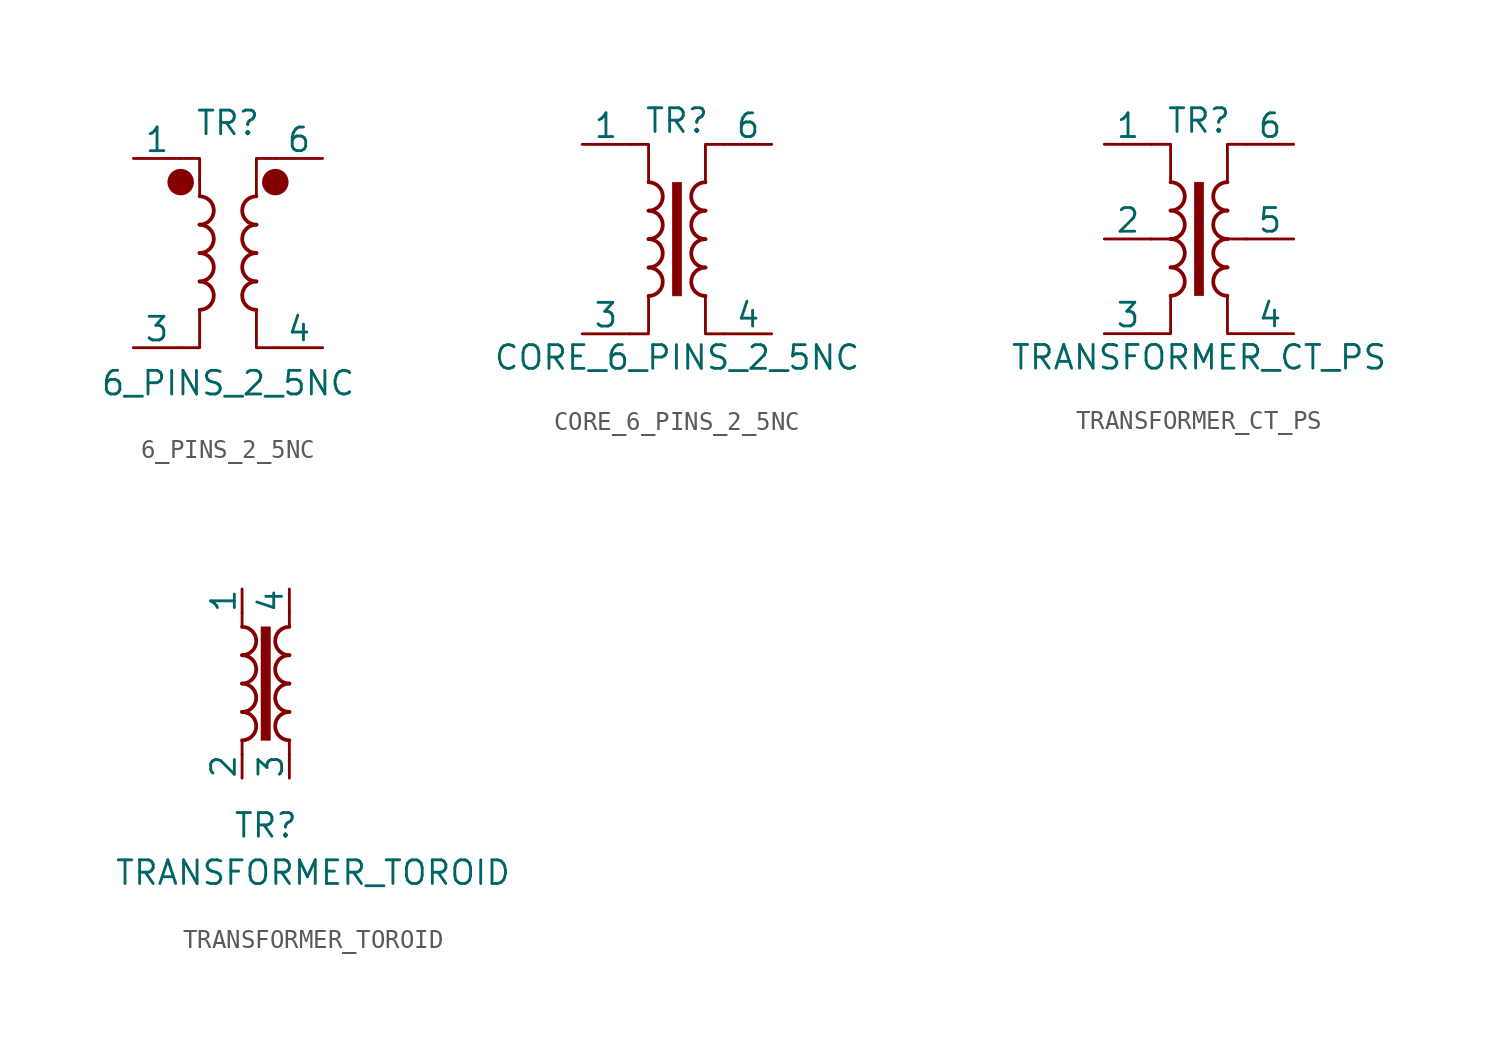
<source format=kicad_sym>
(kicad_symbol_lib
  (version 20220102)
  (generator kicad_symbol_editor)
  (symbol "6_PINS_2_5NC"
    (pin_numbers hide)
    (pin_names
      (offset 0))
    (property "Reference" "TR"
      (at 0 6.985 0)
      (effects (font (size 1.27 1.27))))
    (property "Value" "6_PINS_2_5NC"
      (at 0 -6.985 0)
      (effects (font (size 1.27 1.27))))
    (symbol "6_PINS_2_5NC_0_1"
      (circle (center -2.54 3.81) (radius 0.635) (stroke (width 0) (type default)) (fill (type outline)))
      (arc (start -1.524 -3.048) (mid -0.762 -2.286) (end -1.524 -1.524) (stroke (width 0.2032) (type default)) (fill (type none)))
      (arc (start -1.524 -1.524) (mid -0.762 -0.762) (end -1.524 0) (stroke (width 0.2032) (type default)) (fill (type none)))
      (arc (start -1.524 0) (mid -0.762 0.762) (end -1.524 1.524) (stroke (width 0.2032) (type default)) (fill (type none)))
      (arc (start -1.524 1.524) (mid -0.762 2.286) (end -1.524 3.048) (stroke (width 0.2032) (type default)) (fill (type none)))
      (polyline (pts (xy -2.54 5.08) (xy -1.524 5.08) (xy -1.524 3.048) (xy -1.524 3.048)) (stroke (width 0.152) (type default)) (fill (type none)))
      (polyline (pts (xy -1.524 -3.048) (xy -1.524 -5.08) (xy -2.54 -5.08) (xy -2.54 -5.08)) (stroke (width 0.152) (type default)) (fill (type none)))
      (polyline (pts (xy 1.524 3.048) (xy 1.524 5.08) (xy 2.54 5.08) (xy 2.54 5.08)) (stroke (width 0.152) (type default)) (fill (type none)))
      (polyline (pts (xy 2.54 -5.08) (xy 1.524 -5.08) (xy 1.524 -3.048) (xy 1.524 -3.048)) (stroke (width 0.152) (type default)) (fill (type none)))
      (arc (start 1.524 -1.524) (mid 0.762 -2.286) (end 1.524 -3.048) (stroke (width 0.2032) (type default)) (fill (type none)))
      (arc (start 1.524 0) (mid 0.762 -0.762) (end 1.524 -1.524) (stroke (width 0.2032) (type default)) (fill (type none)))
      (arc (start 1.524 1.524) (mid 0.762 0.762) (end 1.524 0) (stroke (width 0.2032) (type default)) (fill (type none)))
      (arc (start 1.524 3.048) (mid 0.762 2.286) (end 1.524 1.524) (stroke (width 0.2032) (type default)) (fill (type none)))
      (circle (center 2.54 3.81) (radius 0.635) (stroke (width 0) (type default)) (fill (type outline))))
    (symbol "6_PINS_2_5NC_1_1"
      (pin passive line (at -5.08 5.08 0) (length 2.54) (name "1" (effects (font (size 1.27 1.27)))) (number "1" (effects (font (size 1.27 1.27)))))
      (pin no_connect line (at -5.08 0 0) (length 2.54) hide (name "2" (effects (font (size 1.27 1.27)))) (number "2" (effects (font (size 1.27 1.27)))))
      (pin passive line (at -5.08 -5.08 0) (length 2.54) (name "3" (effects (font (size 1.27 1.27)))) (number "3" (effects (font (size 1.27 1.27)))))
      (pin passive line (at 5.08 -5.08 180) (length 2.54) (name "4" (effects (font (size 1.27 1.27)))) (number "4" (effects (font (size 1.27 1.27)))))
      (pin no_connect line (at 5.08 0 180) (length 2.54) hide (name "5" (effects (font (size 1.27 1.27)))) (number "5" (effects (font (size 1.27 1.27)))))
      (pin passive line (at 5.08 5.08 180) (length 2.54) (name "6" (effects (font (size 1.27 1.27)))) (number "6" (effects (font (size 1.27 1.27)))))))
  (symbol "CORE_6_PINS_2_5NC"
    (pin_numbers hide)
    (pin_names
      (offset 0))
    (property "Reference" "TR"
      (at 0 6.35 0)
      (effects (font (size 1.27 1.27))))
    (property "Value" "CORE_6_PINS_2_5NC"
      (at 0 -6.35 0)
      (effects (font (size 1.27 1.27))))
    (symbol "CORE_6_PINS_2_5NC_0_1"
      (arc (start -1.524 -3.048) (mid -0.762 -2.286) (end -1.524 -1.524) (stroke (width 0.2032) (type default)) (fill (type none)))
      (arc (start -1.524 -1.524) (mid -0.762 -0.762) (end -1.524 0) (stroke (width 0.2032) (type default)) (fill (type none)))
      (arc (start -1.524 0) (mid -0.762 0.762) (end -1.524 1.524) (stroke (width 0.2032) (type default)) (fill (type none)))
      (arc (start -1.524 1.524) (mid -0.762 2.286) (end -1.524 3.048) (stroke (width 0.2032) (type default)) (fill (type none)))
      (rectangle (start -0.254 3.048) (end 0.254 -3.048) (stroke (width 0.025) (type default)) (fill (type outline)))
      (polyline (pts (xy -2.54 5.08) (xy -1.524 5.08) (xy -1.524 3.048) (xy -1.524 3.048)) (stroke (width 0.152) (type default)) (fill (type none)))
      (polyline (pts (xy -1.524 -3.048) (xy -1.524 -5.08) (xy -2.54 -5.08) (xy -2.54 -5.08)) (stroke (width 0.152) (type default)) (fill (type none)))
      (polyline (pts (xy 1.524 3.048) (xy 1.524 5.08) (xy 2.54 5.08) (xy 2.54 5.08)) (stroke (width 0.152) (type default)) (fill (type none)))
      (polyline (pts (xy 2.54 -5.08) (xy 1.524 -5.08) (xy 1.524 -3.048) (xy 1.524 -3.048)) (stroke (width 0.152) (type default)) (fill (type none)))
      (arc (start 1.524 -1.524) (mid 0.762 -2.286) (end 1.524 -3.048) (stroke (width 0.2032) (type default)) (fill (type none)))
      (arc (start 1.524 0) (mid 0.762 -0.762) (end 1.524 -1.524) (stroke (width 0.2032) (type default)) (fill (type none)))
      (arc (start 1.524 1.524) (mid 0.762 0.762) (end 1.524 0) (stroke (width 0.2032) (type default)) (fill (type none)))
      (arc (start 1.524 3.048) (mid 0.762 2.286) (end 1.524 1.524) (stroke (width 0.2032) (type default)) (fill (type none))))
    (symbol "CORE_6_PINS_2_5NC_1_1"
      (pin passive line (at -5.08 5.08 0) (length 2.54) (name "1" (effects (font (size 1.27 1.27)))) (number "1" (effects (font (size 1.27 1.27)))))
      (pin no_connect line (at -5.08 0 0) (length 2.54) hide (name "2" (effects (font (size 1.27 1.27)))) (number "2" (effects (font (size 1.27 1.27)))))
      (pin passive line (at -5.08 -5.08 0) (length 2.54) (name "3" (effects (font (size 1.27 1.27)))) (number "3" (effects (font (size 1.27 1.27)))))
      (pin passive line (at 5.08 -5.08 180) (length 2.54) (name "4" (effects (font (size 1.27 1.27)))) (number "4" (effects (font (size 1.27 1.27)))))
      (pin no_connect line (at 5.08 0 180) (length 2.54) hide (name "5" (effects (font (size 1.27 1.27)))) (number "5" (effects (font (size 1.27 1.27)))))
      (pin passive line (at 5.08 5.08 180) (length 2.54) (name "6" (effects (font (size 1.27 1.27)))) (number "6" (effects (font (size 1.27 1.27)))))))
  (symbol "TRANSFORMER_CT_PS"
    (pin_numbers hide)
    (pin_names
      (offset 0))
    (property "Reference" "TR"
      (at 0 6.35 0)
      (effects (font (size 1.27 1.27))))
    (property "Value" "TRANSFORMER_CT_PS"
      (at 0 -6.35 0)
      (effects (font (size 1.27 1.27))))
    (symbol "TRANSFORMER_CT_PS_0_1"
      (arc (start -1.524 -3.048) (mid -0.762 -2.286) (end -1.524 -1.524) (stroke (width 0.2032) (type default)) (fill (type none)))
      (arc (start -1.524 -1.524) (mid -0.762 -0.762) (end -1.524 0) (stroke (width 0.2032) (type default)) (fill (type none)))
      (arc (start -1.524 0) (mid -0.762 0.762) (end -1.524 1.524) (stroke (width 0.2032) (type default)) (fill (type none)))
      (arc (start -1.524 1.524) (mid -0.762 2.286) (end -1.524 3.048) (stroke (width 0.2032) (type default)) (fill (type none)))
      (rectangle (start -0.254 3.048) (end 0.254 -3.048) (stroke (width 0.025) (type default)) (fill (type outline)))
      (polyline (pts (xy -1.524 0) (xy -2.54 0) (xy -2.54 0)) (stroke (width 0) (type default)) (fill (type outline)))
      (polyline (pts (xy 1.524 0) (xy 2.54 0) (xy 2.54 0)) (stroke (width 0) (type default)) (fill (type outline)))
      (polyline (pts (xy -2.54 5.08) (xy -1.524 5.08) (xy -1.524 3.048) (xy -1.524 3.048)) (stroke (width 0.152) (type default)) (fill (type none)))
      (polyline (pts (xy -1.524 -3.048) (xy -1.524 -5.08) (xy -2.54 -5.08) (xy -2.54 -5.08)) (stroke (width 0.152) (type default)) (fill (type none)))
      (polyline (pts (xy 1.524 3.048) (xy 1.524 5.08) (xy 2.54 5.08) (xy 2.54 5.08)) (stroke (width 0.152) (type default)) (fill (type none)))
      (polyline (pts (xy 2.54 -5.08) (xy 1.524 -5.08) (xy 1.524 -3.048) (xy 1.524 -3.048)) (stroke (width 0.152) (type default)) (fill (type none)))
      (arc (start 1.524 -1.524) (mid 0.762 -2.286) (end 1.524 -3.048) (stroke (width 0.2032) (type default)) (fill (type none)))
      (arc (start 1.524 0) (mid 0.762 -0.762) (end 1.524 -1.524) (stroke (width 0.2032) (type default)) (fill (type none)))
      (arc (start 1.524 1.524) (mid 0.762 0.762) (end 1.524 0) (stroke (width 0.2032) (type default)) (fill (type none)))
      (arc (start 1.524 3.048) (mid 0.762 2.286) (end 1.524 1.524) (stroke (width 0.2032) (type default)) (fill (type none))))
    (symbol "TRANSFORMER_CT_PS_1_1"
      (pin passive line (at -5.08 5.08 0) (length 2.54) (name "1" (effects (font (size 1.27 1.27)))) (number "1" (effects (font (size 1.27 1.27)))))
      (pin passive line (at -5.08 0 0) (length 2.54) (name "2" (effects (font (size 1.27 1.27)))) (number "2" (effects (font (size 1.27 1.27)))))
      (pin passive line (at -5.08 -5.08 0) (length 2.54) (name "3" (effects (font (size 1.27 1.27)))) (number "3" (effects (font (size 1.27 1.27)))))
      (pin passive line (at 5.08 -5.08 180) (length 2.54) (name "4" (effects (font (size 1.27 1.27)))) (number "4" (effects (font (size 1.27 1.27)))))
      (pin passive line (at 5.08 0 180) (length 2.54) (name "5" (effects (font (size 1.27 1.27)))) (number "5" (effects (font (size 1.27 1.27)))))
      (pin passive line (at 5.08 5.08 180) (length 2.54) (name "6" (effects (font (size 1.27 1.27)))) (number "6" (effects (font (size 1.27 1.27)))))))
  (symbol "TRANSFORMER_TOROID"
    (pin_numbers hide)
    (pin_names
      (offset 0))
    (property "Reference" "TR"
      (at 0 -7.62 0)
      (effects (font (size 1.27 1.27))))
    (property "Value" "TRANSFORMER_TOROID"
      (at 2.54 -10.16 0)
      (effects (font (size 1.27 1.27))))
    (symbol "TRANSFORMER_TOROID_0_1"
      (arc (start -1.27 -3.048) (mid -0.508 -2.286) (end -1.27 -1.524) (stroke (width 0.2032) (type default)) (fill (type none)))
      (arc (start -1.27 -1.524) (mid -0.508 -0.762) (end -1.27 0) (stroke (width 0.2032) (type default)) (fill (type none)))
      (arc (start -1.27 0) (mid -0.508 0.762) (end -1.27 1.524) (stroke (width 0.2032) (type default)) (fill (type none)))
      (arc (start -1.27 1.524) (mid -0.508 2.286) (end -1.27 3.048) (stroke (width 0.2032) (type default)) (fill (type none)))
      (rectangle (start -0.254 3.048) (end 0.254 -3.048) (stroke (width 0.025) (type default)) (fill (type outline)))
      (polyline (pts (xy -1.27 -3.81) (xy -1.27 -3.048)) (stroke (width 0) (type default)) (fill (type none)))
      (polyline (pts (xy -1.27 3.048) (xy -1.27 3.81)) (stroke (width 0) (type default)) (fill (type none)))
      (polyline (pts (xy 1.27 -3.81) (xy 1.27 -3.048)) (stroke (width 0) (type default)) (fill (type none)))
      (polyline (pts (xy 1.27 3.048) (xy 1.27 3.81)) (stroke (width 0) (type default)) (fill (type none)))
      (arc (start 1.27 -1.524) (mid 0.508 -2.286) (end 1.27 -3.048) (stroke (width 0.2032) (type default)) (fill (type none)))
      (arc (start 1.27 0) (mid 0.508 -0.762) (end 1.27 -1.524) (stroke (width 0.2032) (type default)) (fill (type none)))
      (arc (start 1.27 1.524) (mid 0.508 0.762) (end 1.27 0) (stroke (width 0.2032) (type default)) (fill (type none)))
      (arc (start 1.27 3.048) (mid 0.508 2.286) (end 1.27 1.524) (stroke (width 0.2032) (type default)) (fill (type none))))
    (symbol "TRANSFORMER_TOROID_1_1"
      (pin passive line (at -1.27 5.08 270) (length 1.27) (name "1" (effects (font (size 1.27 1.27)))) (number "1" (effects (font (size 1.27 1.27)))))
      (pin passive line (at -1.27 -5.08 90) (length 1.27) (name "2" (effects (font (size 1.27 1.27)))) (number "2" (effects (font (size 1.27 1.27)))))
      (pin passive line (at 1.27 -5.08 90) (length 1.27) (name "3" (effects (font (size 1.27 1.27)))) (number "3" (effects (font (size 1.27 1.27)))))
      (pin passive line (at 1.27 5.08 270) (length 1.27) (name "4" (effects (font (size 1.27 1.27)))) (number "4" (effects (font (size 1.27 1.27))))))))
</source>
